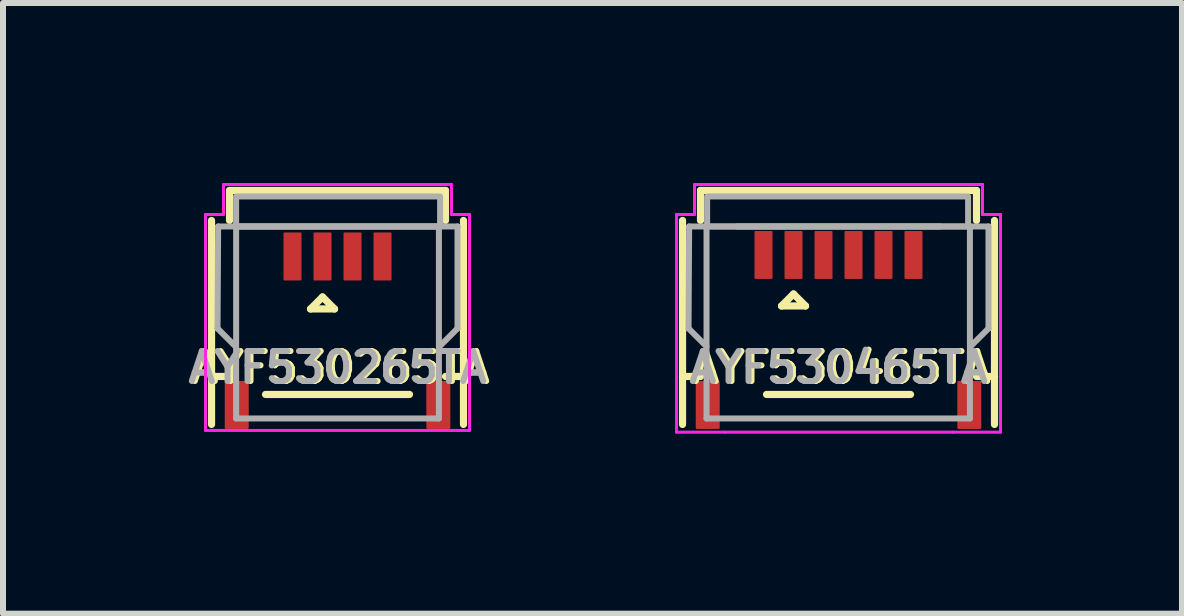
<source format=kicad_pcb>
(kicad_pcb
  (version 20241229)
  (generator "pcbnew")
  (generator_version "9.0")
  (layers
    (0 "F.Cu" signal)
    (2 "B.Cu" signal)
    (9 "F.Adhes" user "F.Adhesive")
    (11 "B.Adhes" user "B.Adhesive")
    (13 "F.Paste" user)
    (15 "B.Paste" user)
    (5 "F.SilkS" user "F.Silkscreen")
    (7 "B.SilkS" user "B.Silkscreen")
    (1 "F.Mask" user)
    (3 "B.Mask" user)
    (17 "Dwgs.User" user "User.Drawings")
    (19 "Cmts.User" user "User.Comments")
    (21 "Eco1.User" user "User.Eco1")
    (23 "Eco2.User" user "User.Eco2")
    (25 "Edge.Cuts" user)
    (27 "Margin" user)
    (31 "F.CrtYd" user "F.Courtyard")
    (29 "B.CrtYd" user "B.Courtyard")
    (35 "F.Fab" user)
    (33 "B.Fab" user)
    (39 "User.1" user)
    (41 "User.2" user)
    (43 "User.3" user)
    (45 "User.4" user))
  (footprint "AYF530465TA"
    (layer "F.Cu")
    (at 10.927 0.725)
    (property "Reference" "AYF530465TA" (at 0.05 2.35 0) (unlocked yes) (layer "F.SilkS") (effects (font (size 0.5 0.5) (thickness 0.1) (bold yes))))
    (attr smd)
    (fp_line (start -2.6 -0.1) (end -2.6 2.5) (stroke (width 0.12) (type default)) (layer "F.SilkS"))
    (fp_line (start -2.6 2.5) (end -2.6 3.3) (stroke (width 0.12) (type default)) (layer "F.SilkS"))
    (fp_line (start -2.6 2.5) (end -2.3 2.5) (stroke (width 0.12) (type default)) (layer "F.SilkS"))
    (fp_line (start -2.3 -0.6) (end 2.3 -0.6) (stroke (width 0.12) (type default)) (layer "F.SilkS"))
    (fp_line (start -2.3 -0.1) (end -2.3 -0.6) (stroke (width 0.12) (type default)) (layer "F.SilkS"))
    (fp_line (start -1.2 2.8) (end 1.2 2.8) (stroke (width 0.12) (type default)) (layer "F.SilkS"))
    (fp_line (start -0.95 1.325) (end -0.55 1.325) (stroke (width 0.12) (type default)) (layer "F.SilkS"))
    (fp_line (start -0.75 1.125) (end -0.95 1.325) (stroke (width 0.12) (type default)) (layer "F.SilkS"))
    (fp_line (start -0.55 1.325) (end -0.75 1.125) (stroke (width 0.12) (type default)) (layer "F.SilkS"))
    (fp_line (start 2.3 -0.6) (end 2.3 -0.1) (stroke (width 0.12) (type default)) (layer "F.SilkS"))
    (fp_line (start 2.6 -0.1) (end 2.6 2.5) (stroke (width 0.12) (type default)) (layer "F.SilkS"))
    (fp_line (start 2.6 2.5) (end 2.3 2.5) (stroke (width 0.12) (type default)) (layer "F.SilkS"))
    (fp_line (start 2.6 2.5) (end 2.6 3.3) (stroke (width 0.12) (type default)) (layer "F.SilkS"))
    (fp_line (start -2.7 -0.2) (end -2.4 -0.2) (stroke (width 0.05) (type default)) (layer "F.CrtYd"))
    (fp_line (start -2.7 3.429) (end -2.7 -0.2) (stroke (width 0.05) (type default)) (layer "F.CrtYd"))
    (fp_line (start -2.4 -0.7) (end 2.4 -0.7) (stroke (width 0.05) (type default)) (layer "F.CrtYd"))
    (fp_line (start -2.4 -0.2) (end -2.4 -0.7) (stroke (width 0.05) (type default)) (layer "F.CrtYd"))
    (fp_line (start -1.895 3.429) (end -2.7 3.429) (stroke (width 0.05) (type default)) (layer "F.CrtYd"))
    (fp_line (start 1.905 3.429) (end -1.895 3.429) (stroke (width 0.05) (type default)) (layer "F.CrtYd"))
    (fp_line (start 2.4 -0.7) (end 2.4 -0.2) (stroke (width 0.05) (type default)) (layer "F.CrtYd"))
    (fp_line (start 2.4 -0.2) (end 2.7 -0.2) (stroke (width 0.05) (type default)) (layer "F.CrtYd"))
    (fp_line (start 2.7 -0.2) (end 2.7 3.429) (stroke (width 0.05) (type default)) (layer "F.CrtYd"))
    (fp_line (start 2.7 3.429) (end 1.905 3.429) (stroke (width 0.05) (type default)) (layer "F.CrtYd"))
    (fp_line (start -2.5 1.7) (end -2.2 2) (stroke (width 0.1) (type default)) (layer "F.Fab"))
    (fp_line (start -2.49 0) (end -2.5 1.7) (stroke (width 0.1) (type default)) (layer "F.Fab"))
    (fp_line (start -2.2 3.2) (end -2.2 0) (stroke (width 0.1) (type default)) (layer "F.Fab"))
    (fp_line (start 2.19 0) (end 2.19 3.2) (stroke (width 0.1) (type default)) (layer "F.Fab"))
    (fp_line (start 2.19 3.2) (end -2.2 3.2) (stroke (width 0.1) (type default)) (layer "F.Fab"))
    (fp_line (start 2.5 0) (end -2.49 0) (stroke (width 0.1) (type default)) (layer "F.Fab"))
    (fp_line (start 2.5 0) (end 2.5 1.7) (stroke (width 0.1) (type default)) (layer "F.Fab"))
    (fp_line (start 2.5 1.7) (end 2.2 2) (stroke (width 0.1) (type default)) (layer "F.Fab"))
    (fp_rect (start -2.19 0) (end 2.16 -0.5) (stroke (width 0.1) (type default)) (fill no) (layer "F.Fab"))
    (fp_rect (start -1.69 0) (end 1.69 0) (stroke (width 0.1) (type default)) (fill no) (layer "F.Fab"))
    (fp_text user "${REFERENCE}" (at 0 2.35 0) (unlocked yes) (layer "F.Fab") (effects (font (size 0.5 0.5) (thickness 0.1) (bold yes))))
    (pad "1" smd roundrect (at -0.75 0.475) (size 0.3 0.8) (layers "F.Cu" "F.Mask" "F.Paste") (roundrect_rratio 0.05))
    (pad "2" smd roundrect (at -0.25 0.475) (size 0.3 0.8) (layers "F.Cu" "F.Mask" "F.Paste") (roundrect_rratio 0.05))
    (pad "3" smd roundrect (at 0.25 0.475) (size 0.3 0.8) (layers "F.Cu" "F.Mask" "F.Paste") (roundrect_rratio 0.05))
    (pad "4" smd roundrect (at 0.75 0.475) (size 0.3 0.8) (layers "F.Cu" "F.Mask" "F.Paste") (roundrect_rratio 0.05))
    (pad "G" smd roundrect (at -2.18 2.975) (size 0.4 0.8) (layers "F.Cu" "F.Mask" "F.Paste") (roundrect_rratio 0.05))
    (pad "G" smd roundrect (at -1.25 0.475) (size 0.3 0.8) (layers "F.Cu" "F.Mask" "F.Paste") (roundrect_rratio 0.05))
    (pad "G" smd roundrect (at 1.25 0.475) (size 0.3 0.8) (layers "F.Cu" "F.Mask" "F.Paste") (roundrect_rratio 0.05))
    (pad "G" smd roundrect (at 2.18 2.975) (size 0.4 0.8) (layers "F.Cu" "F.Mask" "F.Paste") (roundrect_rratio 0.05)))
  (footprint "AYF530265TA"
    (layer "F.Cu")
    (at 2.576 0.725)
    (property "Reference" "AYF530265TA" (at 0.05 2.35 0) (unlocked yes) (layer "F.SilkS") (effects (font (size 0.5 0.5) (thickness 0.1) (bold yes))))
    (attr smd)
    (fp_line (start -2.1 -0.1) (end -2.1 2.5) (stroke (width 0.12) (type default)) (layer "F.SilkS"))
    (fp_line (start -2.1 2.5) (end -2.1 3.3) (stroke (width 0.12) (type default)) (layer "F.SilkS"))
    (fp_line (start -2.1 2.5) (end -1.8 2.5) (stroke (width 0.12) (type default)) (layer "F.SilkS"))
    (fp_line (start -1.8 -0.6) (end 1.8 -0.6) (stroke (width 0.12) (type default)) (layer "F.SilkS"))
    (fp_line (start -1.8 -0.1) (end -1.8 -0.6) (stroke (width 0.12) (type default)) (layer "F.SilkS"))
    (fp_line (start -1.2 2.8) (end 1.2 2.8) (stroke (width 0.12) (type default)) (layer "F.SilkS"))
    (fp_line (start -0.45 1.375) (end -0.05 1.375) (stroke (width 0.12) (type default)) (layer "F.SilkS"))
    (fp_line (start -0.25 1.175) (end -0.45 1.375) (stroke (width 0.12) (type default)) (layer "F.SilkS"))
    (fp_line (start -0.05 1.375) (end -0.25 1.175) (stroke (width 0.12) (type default)) (layer "F.SilkS"))
    (fp_line (start 1.8 -0.6) (end 1.8 -0.1) (stroke (width 0.12) (type default)) (layer "F.SilkS"))
    (fp_line (start 2.1 -0.1) (end 2.1 2.5) (stroke (width 0.12) (type default)) (layer "F.SilkS"))
    (fp_line (start 2.1 2.5) (end 1.8 2.5) (stroke (width 0.12) (type default)) (layer "F.SilkS"))
    (fp_line (start 2.1 2.5) (end 2.1 3.3) (stroke (width 0.12) (type default)) (layer "F.SilkS"))
    (fp_line (start -2.2 -0.2) (end -1.9 -0.2) (stroke (width 0.05) (type default)) (layer "F.CrtYd"))
    (fp_line (start -2.2 2.6) (end -2.2 -0.2) (stroke (width 0.05) (type default)) (layer "F.CrtYd"))
    (fp_line (start -2.2 3.4) (end -2.2 2.6) (stroke (width 0.05) (type default)) (layer "F.CrtYd"))
    (fp_line (start -1.9 -0.7) (end 1.9 -0.7) (stroke (width 0.05) (type default)) (layer "F.CrtYd"))
    (fp_line (start -1.9 -0.2) (end -1.9 -0.7) (stroke (width 0.05) (type default)) (layer "F.CrtYd"))
    (fp_line (start -1.9 3.4) (end -2.2 3.4) (stroke (width 0.05) (type default)) (layer "F.CrtYd"))
    (fp_line (start 1.9 -0.7) (end 1.9 -0.2) (stroke (width 0.05) (type default)) (layer "F.CrtYd"))
    (fp_line (start 1.9 -0.2) (end 2.2 -0.2) (stroke (width 0.05) (type default)) (layer "F.CrtYd"))
    (fp_line (start 1.9 3.4) (end -1.9 3.4) (stroke (width 0.05) (type default)) (layer "F.CrtYd"))
    (fp_line (start 2.2 -0.2) (end 2.2 2.6) (stroke (width 0.05) (type default)) (layer "F.CrtYd"))
    (fp_line (start 2.2 2.6) (end 2.2 3.4) (stroke (width 0.05) (type default)) (layer "F.CrtYd"))
    (fp_line (start 2.2 3.4) (end 1.9 3.4) (stroke (width 0.05) (type default)) (layer "F.CrtYd"))
    (fp_line (start -2 1.7) (end -1.7 2) (stroke (width 0.1) (type default)) (layer "F.Fab"))
    (fp_line (start -1.99 0) (end -2 1.7) (stroke (width 0.1) (type default)) (layer "F.Fab"))
    (fp_line (start -1.69 3.2) (end -1.69 0) (stroke (width 0.1) (type default)) (layer "F.Fab"))
    (fp_line (start 1.69 0) (end 1.69 3.2) (stroke (width 0.1) (type default)) (layer "F.Fab"))
    (fp_line (start 1.69 3.2) (end -1.69 3.2) (stroke (width 0.1) (type default)) (layer "F.Fab"))
    (fp_line (start 2 0) (end -1.99 0) (stroke (width 0.1) (type default)) (layer "F.Fab"))
    (fp_line (start 2 0) (end 2 1.7) (stroke (width 0.1) (type default)) (layer "F.Fab"))
    (fp_line (start 2 1.7) (end 1.7 2) (stroke (width 0.1) (type default)) (layer "F.Fab"))
    (fp_rect (start -1.69 0) (end 1.69 0) (stroke (width 0.1) (type default)) (fill no) (layer "F.Fab"))
    (fp_rect (start -1.69 0) (end 1.71 -0.5) (stroke (width 0.1) (type default)) (fill no) (layer "F.Fab"))
    (fp_text user "${REFERENCE}" (at 0 2.35 0) (unlocked yes) (layer "F.Fab") (effects (font (size 0.5 0.5) (thickness 0.1) (bold yes))))
    (pad "1" smd roundrect (at -0.25 0.5) (size 0.3 0.8) (layers "F.Cu" "F.Mask" "F.Paste") (roundrect_rratio 0.05))
    (pad "2" smd roundrect (at 0.25 0.5) (size 0.3 0.8) (layers "F.Cu" "F.Mask" "F.Paste") (roundrect_rratio 0.05))
    (pad "G" smd roundrect (at -1.68 2.975) (size 0.4 0.8) (layers "F.Cu" "F.Mask" "F.Paste") (roundrect_rratio 0.05))
    (pad "G" smd roundrect (at -0.75 0.5) (size 0.3 0.8) (layers "F.Cu" "F.Mask" "F.Paste") (roundrect_rratio 0.05))
    (pad "G" smd roundrect (at 0.75 0.5) (size 0.3 0.8) (layers "F.Cu" "F.Mask" "F.Paste") (roundrect_rratio 0.05))
    (pad "G" smd roundrect (at 1.68 2.975) (size 0.4 0.8) (layers "F.Cu" "F.Mask" "F.Paste") (roundrect_rratio 0.05)))
  (gr_rect
    (start -3 -3)
    (end 16.652 7.179)
    (stroke (width 0.1) (type default))
    (fill no)
    (layer "Edge.Cuts")))
</source>
